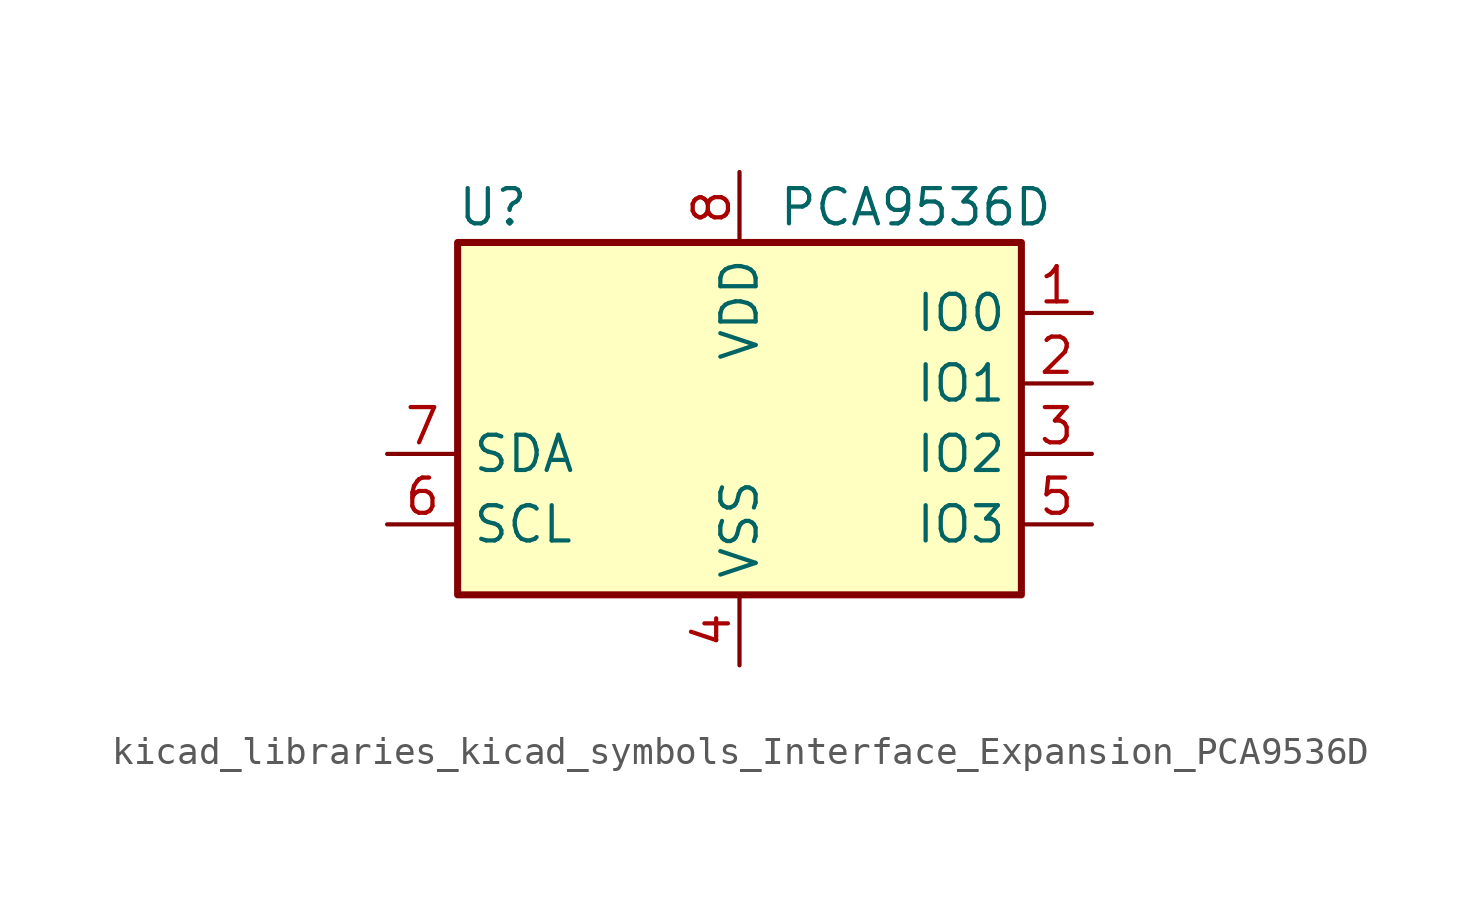
<source format=kicad_sym>
(kicad_symbol_lib
  (version 20220914)
  (generator kicad_symbol_editor)
  (symbol "kicad_libraries_kicad_symbols_Interface_Expansion_PCA9536D"
    (property "Reference" "U"
      (at -8.89 6.35 0)
      (effects (font (size 1.27 1.27))))
    (property "Value" "PCA9536D"
      (at 6.35 6.35 0)
      (effects (font (size 1.27 1.27))))
    (symbol "kicad_libraries_kicad_symbols_Interface_Expansion_PCA9536D_0_1"
      (rectangle (start -10.16 5.08) (end 10.16 -7.62) (stroke (width 0.254) (type default)) (fill (type background))))
    (symbol "kicad_libraries_kicad_symbols_Interface_Expansion_PCA9536D_1_1"
      (pin bidirectional line (at 12.7 2.54 180) (length 2.54) (name "IO0" (effects (font (size 1.27 1.27)))) (number "1" (effects (font (size 1.27 1.27)))))
      (pin bidirectional line (at 12.7 0 180) (length 2.54) (name "IO1" (effects (font (size 1.27 1.27)))) (number "2" (effects (font (size 1.27 1.27)))))
      (pin bidirectional line (at 12.7 -2.54 180) (length 2.54) (name "IO2" (effects (font (size 1.27 1.27)))) (number "3" (effects (font (size 1.27 1.27)))))
      (pin power_in line (at 0 -10.16 90) (length 2.54) (name "VSS" (effects (font (size 1.27 1.27)))) (number "4" (effects (font (size 1.27 1.27)))))
      (pin bidirectional line (at 12.7 -5.08 180) (length 2.54) (name "IO3" (effects (font (size 1.27 1.27)))) (number "5" (effects (font (size 1.27 1.27)))))
      (pin input line (at -12.7 -5.08 0) (length 2.54) (name "SCL" (effects (font (size 1.27 1.27)))) (number "6" (effects (font (size 1.27 1.27)))))
      (pin bidirectional line (at -12.7 -2.54 0) (length 2.54) (name "SDA" (effects (font (size 1.27 1.27)))) (number "7" (effects (font (size 1.27 1.27)))))
      (pin power_in line (at 0 7.62 270) (length 2.54) (name "VDD" (effects (font (size 1.27 1.27)))) (number "8" (effects (font (size 1.27 1.27))))))))
</source>
